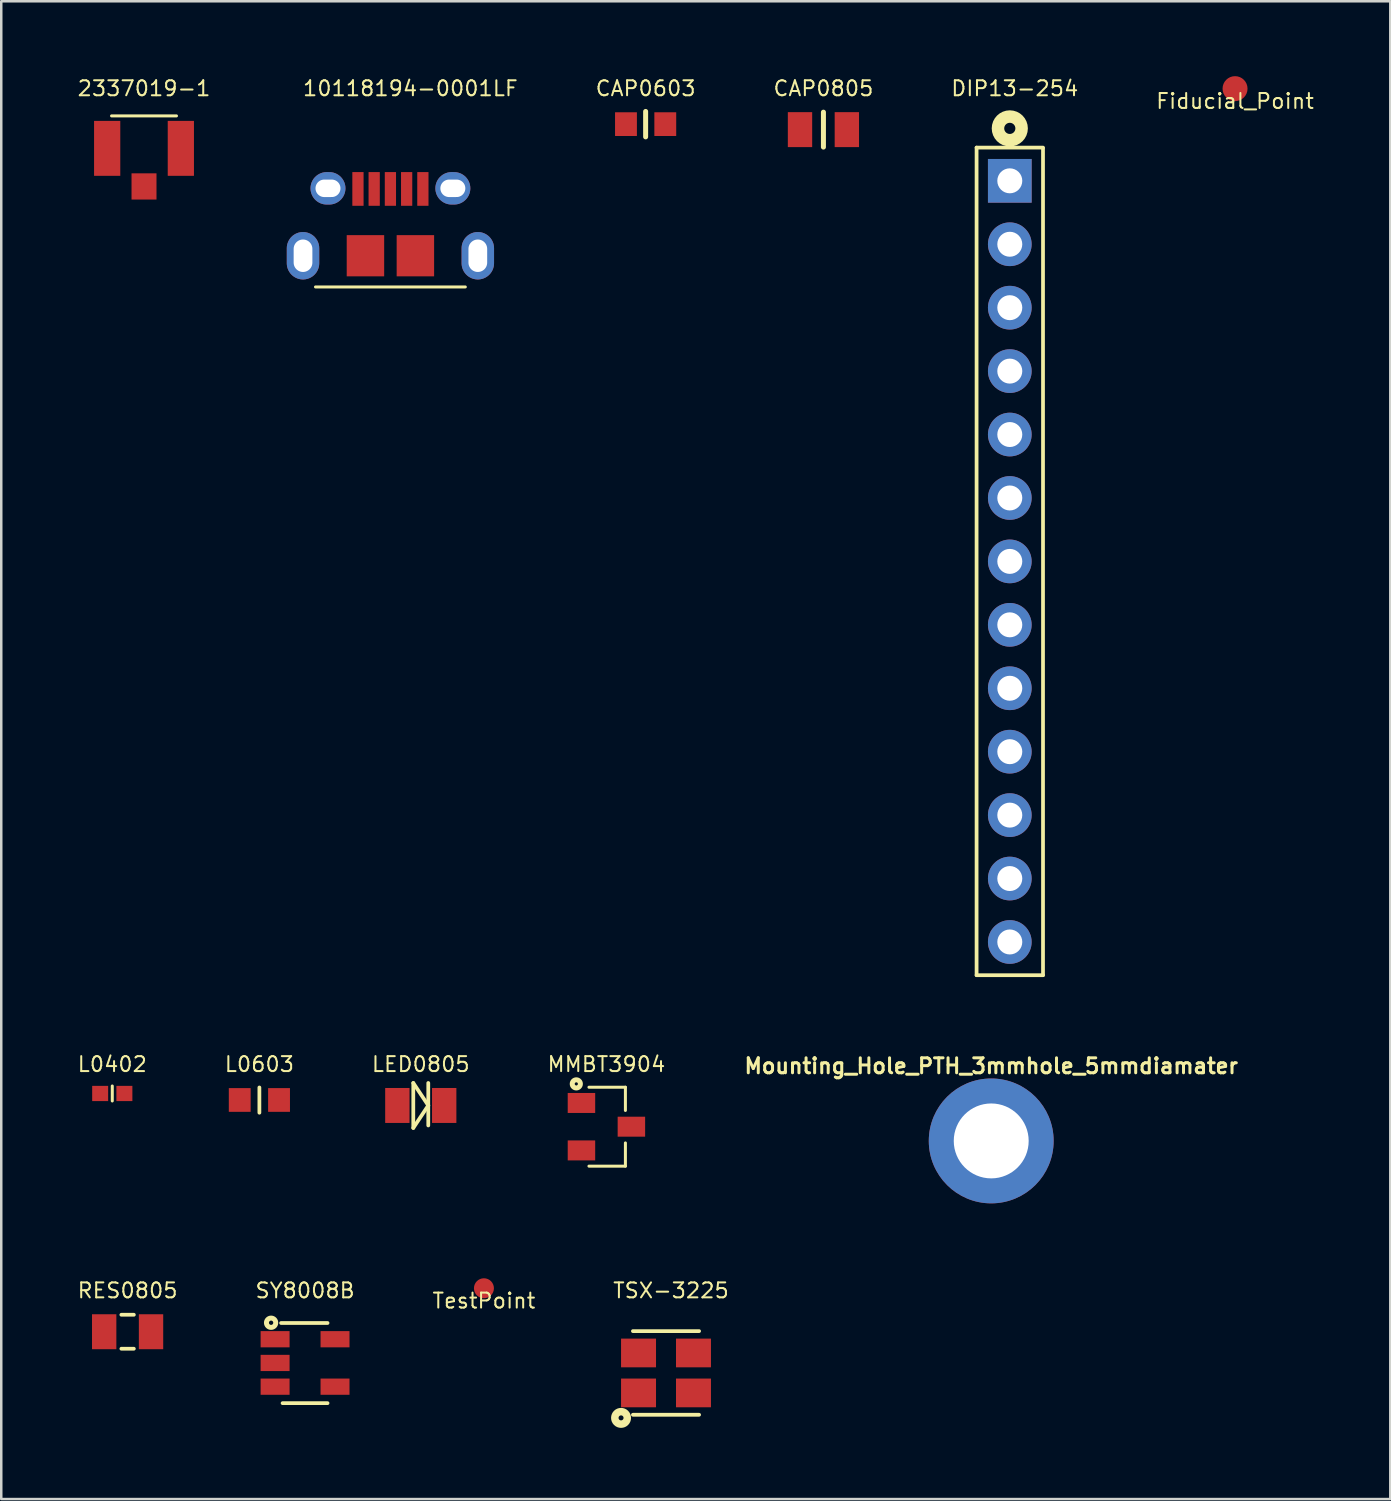
<source format=kicad_pcb>
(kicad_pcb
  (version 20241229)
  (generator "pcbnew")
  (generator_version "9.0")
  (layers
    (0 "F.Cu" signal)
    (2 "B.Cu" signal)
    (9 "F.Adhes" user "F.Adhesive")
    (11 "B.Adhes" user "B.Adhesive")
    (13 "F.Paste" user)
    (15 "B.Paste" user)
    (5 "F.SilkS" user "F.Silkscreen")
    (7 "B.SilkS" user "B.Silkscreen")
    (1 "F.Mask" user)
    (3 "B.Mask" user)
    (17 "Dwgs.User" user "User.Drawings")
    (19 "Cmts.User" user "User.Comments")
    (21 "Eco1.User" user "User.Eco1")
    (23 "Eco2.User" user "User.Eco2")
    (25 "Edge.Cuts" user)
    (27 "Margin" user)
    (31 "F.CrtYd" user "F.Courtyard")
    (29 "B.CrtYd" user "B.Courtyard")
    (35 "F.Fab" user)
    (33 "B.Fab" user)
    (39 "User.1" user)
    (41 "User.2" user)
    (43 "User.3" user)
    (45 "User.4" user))
  (footprint "LED0805"
    (layer "F.Cu")
    (at 13.8 41.218)
    (property "Reference" "LED0805" (at 0 -1.65 0) (layer "F.SilkS") (effects (font (size 0.6 0.6) (thickness 0.08))))
    (attr smd)
    (fp_line (start -0.3 -0.9) (end -0.3 0.9) (stroke (width 0.15) (type solid)) (layer "F.SilkS"))
    (fp_line (start -0.3 0.9) (end 0.3 0) (stroke (width 0.15) (type solid)) (layer "F.SilkS"))
    (fp_line (start 0.3 -0.9) (end 0.3 0.8) (stroke (width 0.15) (type solid)) (layer "F.SilkS"))
    (fp_line (start 0.3 0) (end -0.3 -0.9) (stroke (width 0.15) (type solid)) (layer "F.SilkS"))
    (pad "1" smd rect (at -0.938 0) (size 0.975 1.4) (layers "F.Cu" "F.Mask" "F.Paste"))
    (pad "2" smd rect (at 0.938 0) (size 0.975 1.4) (layers "F.Cu" "F.Mask" "F.Paste")))
  (footprint "2337019-1"
    (layer "F.Cu")
    (at 2.717 2.891)
    (property "Reference" "2337019-1" (at 0 -2.4 0) (layer "F.SilkS") (effects (font (size 0.6 0.6) (thickness 0.08))))
    (attr through_hole)
    (fp_line (start -1.3 -1.3) (end 1.3 -1.3) (stroke (width 0.12) (type solid)) (layer "F.SilkS"))
    (pad "1" smd rect (at 0 1.525) (size 1 1.05) (layers "F.Cu" "F.Mask" "F.Paste"))
    (pad "2" smd rect (at -1.475 0) (size 1.05 2.2) (layers "F.Cu" "F.Mask" "F.Paste"))
    (pad "3" smd rect (at 1.475 0 180) (size 1.05 2.2) (layers "F.Cu" "F.Mask" "F.Paste")))
  (footprint "Mounting_Hole_PTH_3mmhole_5mmdiamater"
    (layer "F.Cu")
    (at 36.643 42.638)
    (property "Reference" "Mounting_Hole_PTH_3mmhole_5mmdiamater" (at 0 -3 0) (layer "F.SilkS") (effects (font (size 0.6 0.6) (thickness 0.12))))
    (attr through_hole)
    (pad "1" thru_hole circle (at 0 0) (size 5 5) (drill 3) (layers "*.Cu" "*.Mask")))
  (footprint "10118194-0001LF"
    (layer "F.Cu")
    (at 12.584 7.191)
    (property "Reference" "10118194-0001LF" (at 0.8 -6.7 0) (layer "F.SilkS") (effects (font (size 0.6 0.6) (thickness 0.08))))
    (attr through_hole)
    (fp_line (start -3 1.25) (end 3 1.25) (stroke (width 0.12) (type solid)) (layer "F.SilkS"))
    (pad "" smd rect (at -1 0 180) (size 1.5 1.65) (layers "F.Cu" "F.Mask" "F.Paste"))
    (pad "" smd rect (at 1 0) (size 1.5 1.65) (layers "F.Cu" "F.Mask" "F.Paste"))
    (pad "1" smd rect (at -1.3 -2.675) (size 0.45 1.35) (layers "F.Cu" "F.Mask" "F.Paste"))
    (pad "2" smd rect (at -0.65 -2.675) (size 0.45 1.35) (layers "F.Cu" "F.Mask" "F.Paste"))
    (pad "3" smd rect (at 0 -2.675) (size 0.45 1.35) (layers "F.Cu" "F.Mask" "F.Paste"))
    (pad "4" smd rect (at 0.65 -2.675) (size 0.45 1.35) (layers "F.Cu" "F.Mask" "F.Paste"))
    (pad "5" smd rect (at 1.3 -2.675) (size 0.45 1.35) (layers "F.Cu" "F.Mask" "F.Paste"))
    (pad "6" thru_hole oval (at -2.5 -2.7 270) (size 1.3 1.4) (drill oval 0.7 1) (layers "*.Cu" "*.Mask"))
    (pad "7" thru_hole oval (at 2.5 -2.7 270) (size 1.3 1.4) (drill oval 0.7 1) (layers "*.Cu" "*.Mask"))
    (pad "8" thru_hole oval (at 3.5 0) (size 1.3 1.9) (drill oval 0.75 1.3) (layers "*.Cu" "*.Mask"))
    (pad "9" thru_hole oval (at -3.5 0 180) (size 1.3 1.9) (drill oval 0.75 1.3) (layers "*.Cu" "*.Mask")))
  (footprint "L0603"
    (layer "F.Cu")
    (at 7.337 40.998)
    (property "Reference" "L0603" (at 0 -1.43 0) (layer "F.SilkS") (effects (font (size 0.6 0.6) (thickness 0.08))))
    (attr smd)
    (fp_line (start 0 -0.5) (end 0 0.51) (stroke (width 0.15) (type solid)) (layer "F.SilkS"))
    (pad "1" smd rect (at -0.787 0) (size 0.875 0.95) (layers "F.Cu" "F.Mask" "F.Paste"))
    (pad "2" smd rect (at 0.787 0) (size 0.875 0.95) (layers "F.Cu" "F.Mask" "F.Paste")))
  (footprint "L0402"
    (layer "F.Cu")
    (at 1.446 40.738)
    (property "Reference" "L0402" (at 0 -1.17 0) (layer "F.SilkS") (effects (font (size 0.6 0.6) (thickness 0.08))))
    (attr smd)
    (fp_line (start 0 -0.3) (end 0 0.3) (stroke (width 0.12) (type solid)) (layer "F.SilkS"))
    (pad "1" smd rect (at -0.485 0 90) (size 0.61 0.64) (layers "F.Cu" "F.Mask" "F.Paste"))
    (pad "2" smd rect (at 0.485 0 90) (size 0.61 0.64) (layers "F.Cu" "F.Mask" "F.Paste")))
  (footprint "CAP0603"
    (layer "F.Cu")
    (at 22.804 1.921)
    (property "Reference" "CAP0603" (at 0 -1.43 0) (layer "F.SilkS") (effects (font (size 0.6 0.6) (thickness 0.08))))
    (attr smd)
    (fp_line (start 0 -0.508) (end 0 0.51) (stroke (width 0.2) (type solid)) (layer "F.SilkS"))
    (pad "1" smd rect (at -0.787 0) (size 0.875 0.95) (layers "F.Cu" "F.Mask" "F.Paste"))
    (pad "2" smd rect (at 0.787 0) (size 0.875 0.95) (layers "F.Cu" "F.Mask" "F.Paste")))
  (footprint "TestPoint"
    (layer "F.Cu")
    (at 16.329 48.538)
    (property "Reference" "TestPoint" (at 0 0.5 0) (layer "F.SilkS") (effects (font (size 0.6 0.6) (thickness 0.08))))
    (attr through_hole)
    (pad "1" smd circle (at 0 0) (size 0.8 0.8) (layers "F.Cu" "F.Mask" "F.Paste")))
  (footprint "SY8008B"
    (layer "F.Cu")
    (at 9.166 51.529)
    (property "Reference" "SY8008B" (at 0 -2.9 0) (layer "F.SilkS") (effects (font (size 0.6 0.6) (thickness 0.08))))
    (attr smd)
    (fp_line (start -0.9 1.61) (end 0.9 1.61) (stroke (width 0.15) (type solid)) (layer "F.SilkS"))
    (fp_line (start 0.9 -1.6) (end -0.96 -1.6) (stroke (width 0.15) (type solid)) (layer "F.SilkS"))
    (fp_circle (center -1.36 -1.61) (end -1.274 -1.61) (stroke (width 0.2) (type solid)) (fill no) (layer "F.SilkS"))
    (pad "1" smd rect (at -1.2 -0.95) (size 1.16 0.65) (layers "F.Cu" "F.Mask" "F.Paste"))
    (pad "2" smd rect (at -1.2 0) (size 1.16 0.65) (layers "F.Cu" "F.Mask" "F.Paste"))
    (pad "3" smd rect (at -1.2 0.95) (size 1.16 0.65) (layers "F.Cu" "F.Mask" "F.Paste"))
    (pad "4" smd rect (at 1.2 0.95) (size 1.16 0.65) (layers "F.Cu" "F.Mask" "F.Paste"))
    (pad "5" smd rect (at 1.2 -0.95) (size 1.16 0.65) (layers "F.Cu" "F.Mask" "F.Paste")))
  (footprint "Fiducial_Point"
    (layer "F.Cu")
    (at 46.407 0.5)
    (property "Reference" "Fiducial_Point" (at 0 0.5 0) (layer "F.SilkS") (effects (font (size 0.6 0.6) (thickness 0.08))))
    (attr through_hole)
    (pad "1" smd circle (at 0 0) (size 1 1) (layers "F.Cu" "F.Mask" "F.Paste")))
  (footprint "RES0805"
    (layer "F.Cu")
    (at 2.06 50.279)
    (property "Reference" "RES0805" (at 0 -1.65 0) (layer "F.SilkS") (effects (font (size 0.6 0.6) (thickness 0.08))))
    (attr smd)
    (fp_line (start -0.25 -0.68) (end 0.25 -0.68) (stroke (width 0.15) (type solid)) (layer "F.SilkS"))
    (fp_line (start -0.25 0.68) (end 0.25 0.68) (stroke (width 0.15) (type solid)) (layer "F.SilkS"))
    (pad "1" smd rect (at -0.938 0) (size 0.975 1.4) (layers "F.Cu" "F.Mask" "F.Paste"))
    (pad "2" smd rect (at 0.938 0) (size 0.975 1.4) (layers "F.Cu" "F.Mask" "F.Paste")))
  (footprint "MMBT3904"
    (layer "F.Cu")
    (at 21.234 42.068)
    (property "Reference" "MMBT3904" (at 0 -2.5 0) (layer "F.SilkS") (effects (font (size 0.6 0.6) (thickness 0.08))))
    (attr smd)
    (fp_line (start 0.76 -1.58) (end -0.7 -1.58) (stroke (width 0.12) (type solid)) (layer "F.SilkS"))
    (fp_line (start 0.76 -1.58) (end 0.76 -0.65) (stroke (width 0.12) (type solid)) (layer "F.SilkS"))
    (fp_line (start 0.76 1.58) (end -0.7 1.58) (stroke (width 0.12) (type solid)) (layer "F.SilkS"))
    (fp_line (start 0.76 1.58) (end 0.76 0.65) (stroke (width 0.12) (type solid)) (layer "F.SilkS"))
    (fp_circle (center -1.206 -1.714) (end -1.143 -1.714) (stroke (width 0.2) (type solid)) (fill no) (layer "F.SilkS"))
    (pad "1" smd rect (at -1 -0.95) (size 1.1 0.8) (layers "F.Cu" "F.Mask" "F.Paste"))
    (pad "2" smd rect (at -1 0.95) (size 1.1 0.8) (layers "F.Cu" "F.Mask" "F.Paste"))
    (pad "3" smd rect (at 1 0) (size 1.1 0.8) (layers "F.Cu" "F.Mask" "F.Paste")))
  (footprint "CAP0805"
    (layer "F.Cu")
    (at 29.924 2.141)
    (property "Reference" "CAP0805" (at 0 -1.65 0) (layer "F.SilkS") (effects (font (size 0.6 0.6) (thickness 0.08))))
    (attr smd)
    (fp_line (start 0 -0.699) (end 0 0.699) (stroke (width 0.2) (type solid)) (layer "F.SilkS"))
    (pad "1" smd rect (at -0.938 0) (size 0.975 1.4) (layers "F.Cu" "F.Mask" "F.Paste"))
    (pad "2" smd rect (at 0.938 0) (size 0.975 1.4) (layers "F.Cu" "F.Mask" "F.Paste")))
  (footprint "DIP13-254"
    (layer "F.Cu")
    (at 37.387 4.191)
    (property "Reference" "DIP13-254" (at 0.2 -3.7 0) (layer "F.SilkS") (effects (font (size 0.6 0.6) (thickness 0.08))))
    (attr through_hole)
    (fp_line (start -1.33 -1.33) (end -1.33 31.81) (stroke (width 0.15) (type solid)) (layer "F.SilkS"))
    (fp_line (start -1.33 -1.33) (end 1.33 -1.33) (stroke (width 0.15) (type solid)) (layer "F.SilkS"))
    (fp_line (start -1.33 31.81) (end 1.33 31.81) (stroke (width 0.15) (type solid)) (layer "F.SilkS"))
    (fp_line (start 1.33 -1.3) (end 1.33 31.81) (stroke (width 0.15) (type solid)) (layer "F.SilkS"))
    (fp_circle (center 0 -2.1) (end 0.2 -2) (stroke (width 0.5) (type solid)) (fill no) (layer "F.SilkS"))
    (pad "1" thru_hole rect (at 0 0) (size 1.75 1.75) (drill 1) (layers "*.Cu" "*.Mask"))
    (pad "2" thru_hole oval (at 0 2.54) (size 1.75 1.75) (drill 1) (layers "*.Cu" "*.Mask"))
    (pad "3" thru_hole oval (at 0 5.08) (size 1.75 1.75) (drill 1) (layers "*.Cu" "*.Mask"))
    (pad "4" thru_hole oval (at 0 7.62) (size 1.75 1.75) (drill 1) (layers "*.Cu" "*.Mask"))
    (pad "5" thru_hole oval (at 0 10.16) (size 1.75 1.75) (drill 1) (layers "*.Cu" "*.Mask"))
    (pad "6" thru_hole oval (at 0 12.7) (size 1.75 1.75) (drill 1) (layers "*.Cu" "*.Mask"))
    (pad "7" thru_hole oval (at 0 15.24) (size 1.75 1.75) (drill 1) (layers "*.Cu" "*.Mask"))
    (pad "8" thru_hole oval (at 0 17.78) (size 1.75 1.75) (drill 1) (layers "*.Cu" "*.Mask"))
    (pad "9" thru_hole oval (at 0 20.32) (size 1.75 1.75) (drill 1) (layers "*.Cu" "*.Mask"))
    (pad "10" thru_hole oval (at 0 22.86) (size 1.75 1.75) (drill 1) (layers "*.Cu" "*.Mask"))
    (pad "11" thru_hole oval (at 0 25.4 90) (size 1.75 1.75) (drill 1) (layers "*.Cu" "*.Mask"))
    (pad "12" thru_hole oval (at 0 27.94) (size 1.75 1.75) (drill 1) (layers "*.Cu" "*.Mask"))
    (pad "13" thru_hole oval (at 0 30.48) (size 1.75 1.75) (drill 1) (layers "*.Cu" "*.Mask")))
  (footprint "TSX-3225"
    (layer "F.Cu")
    (at 23.62 51.929)
    (property "Reference" "TSX-3225" (at 0.2 -3.3 0) (layer "F.SilkS") (effects (font (size 0.6 0.6) (thickness 0.08))))
    (attr through_hole)
    (fp_line (start -1.325 1.675) (end 1.325 1.675) (stroke (width 0.15) (type solid)) (layer "F.SilkS"))
    (fp_line (start 1.325 -1.675) (end -1.325 -1.675) (stroke (width 0.15) (type solid)) (layer "F.SilkS"))
    (fp_circle (center -1.8 1.8) (end -1.7 1.8) (stroke (width 0.3) (type solid)) (fill no) (layer "F.SilkS"))
    (pad "1" smd rect (at -1.1 0.8 180) (size 1.4 1.15) (layers "F.Cu" "F.Mask" "F.Paste"))
    (pad "2" smd rect (at 1.1 0.8) (size 1.4 1.15) (layers "F.Cu" "F.Mask" "F.Paste"))
    (pad "3" smd rect (at 1.1 -0.8) (size 1.4 1.15) (layers "F.Cu" "F.Mask" "F.Paste"))
    (pad "4" smd rect (at -1.1 -0.8 180) (size 1.4 1.15) (layers "F.Cu" "F.Mask" "F.Paste")))
  (gr_rect
    (start -3 -3)
    (end 52.624 56.979)
    (stroke (width 0.1) (type default))
    (fill no)
    (layer "Edge.Cuts")))
</source>
